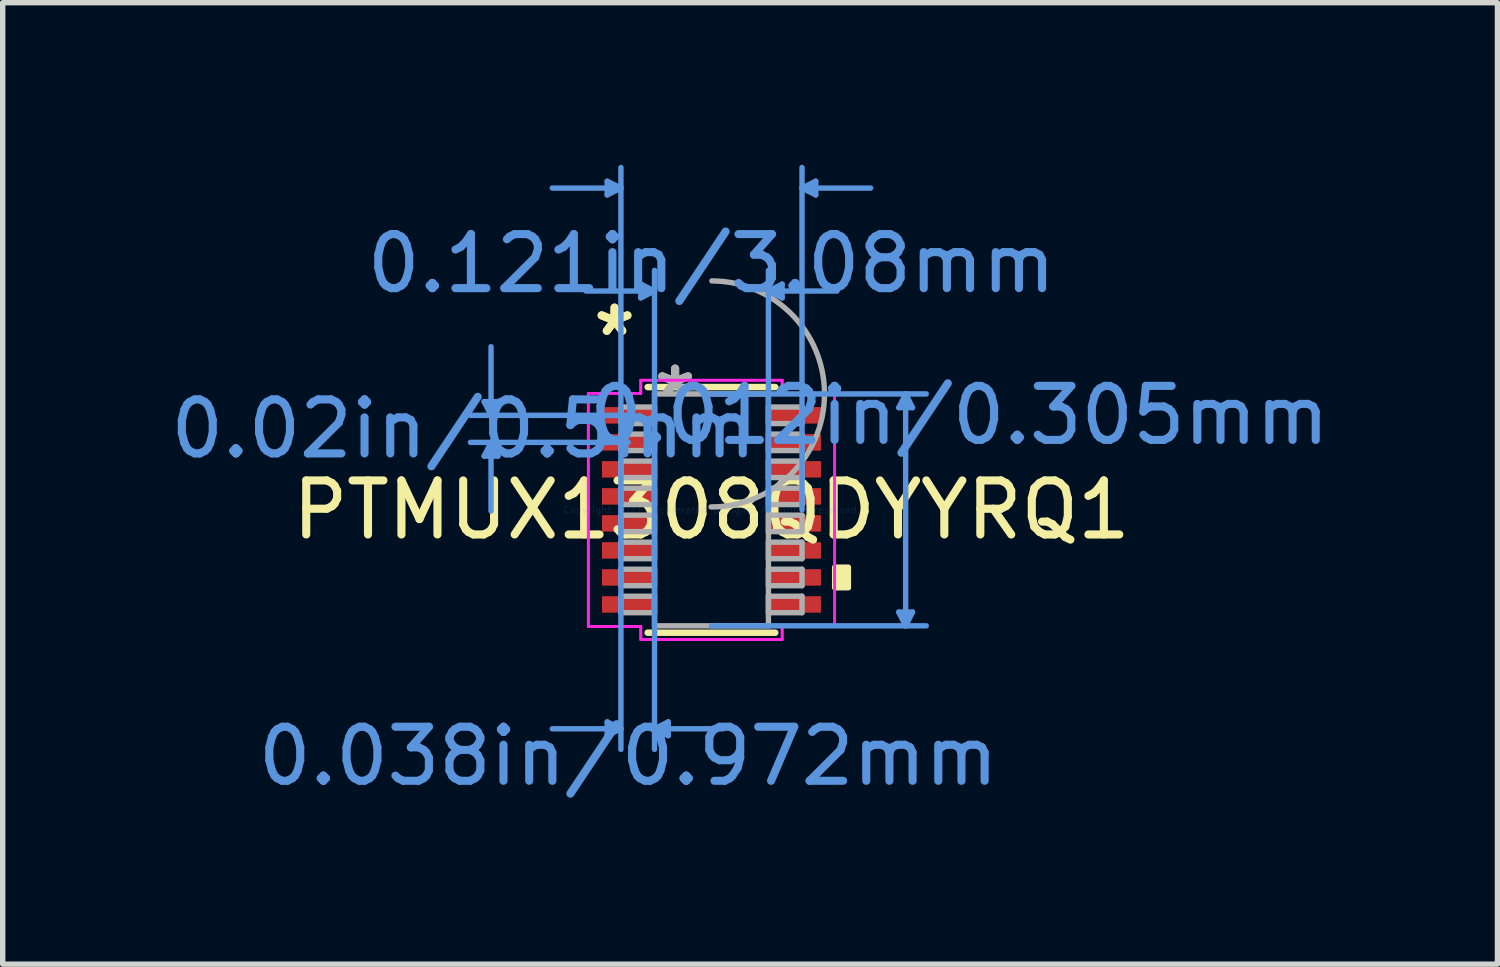
<source format=kicad_pcb>
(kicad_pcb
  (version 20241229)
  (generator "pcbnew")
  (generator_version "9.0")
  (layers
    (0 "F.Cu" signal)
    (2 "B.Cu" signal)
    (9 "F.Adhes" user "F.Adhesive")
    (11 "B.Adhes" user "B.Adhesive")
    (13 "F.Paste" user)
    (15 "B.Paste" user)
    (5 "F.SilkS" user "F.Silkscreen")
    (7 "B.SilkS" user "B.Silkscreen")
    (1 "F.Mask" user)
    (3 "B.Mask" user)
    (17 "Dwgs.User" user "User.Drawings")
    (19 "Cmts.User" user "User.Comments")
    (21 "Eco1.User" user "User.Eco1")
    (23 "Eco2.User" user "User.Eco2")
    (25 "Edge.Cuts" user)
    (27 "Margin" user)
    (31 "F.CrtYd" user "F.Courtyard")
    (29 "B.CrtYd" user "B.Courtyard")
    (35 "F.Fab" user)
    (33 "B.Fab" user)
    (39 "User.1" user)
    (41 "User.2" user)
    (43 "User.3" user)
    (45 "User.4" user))
  (footprint "PTMUX1308QDYYRQ1"
    (layer "F.Cu")
    (at 10.118 6.387)
    (property "Reference" "PTMUX1308QDYYRQ1" (at 0 0 0) (layer "F.SilkS") (effects (font (size 1 1) (thickness 0.15))))
    (attr through_hole)
    (fp_line (start -1.181 2.273) (end 1.181 2.273) (stroke (width 0.12) (type solid)) (layer "F.SilkS"))
    (fp_line (start 1.181 -2.273) (end -1.181 -2.273) (stroke (width 0.12) (type solid)) (layer "F.SilkS"))
    (fp_poly (pts (xy 2.534 1.06) (xy 2.534 1.441) (xy 2.28 1.441) (xy 2.28 1.06)) (stroke (width 0.1) (type solid)) (fill yes) (layer "F.SilkS"))
    (fp_line (start -4.207 -2.004) (end -3.953 -2.004) (stroke (width 0.1) (type solid)) (layer "Cmts.User"))
    (fp_line (start -4.207 -0.996) (end -3.953 -0.996) (stroke (width 0.1) (type solid)) (layer "Cmts.User"))
    (fp_line (start -4.08 -1.75) (end -4.207 -2.004) (stroke (width 0.1) (type solid)) (layer "Cmts.User"))
    (fp_line (start -4.08 -1.75) (end -4.08 -3.02) (stroke (width 0.1) (type solid)) (layer "Cmts.User"))
    (fp_line (start -4.08 -1.75) (end -3.953 -2.004) (stroke (width 0.1) (type solid)) (layer "Cmts.User"))
    (fp_line (start -4.08 -1.25) (end -4.207 -0.996) (stroke (width 0.1) (type solid)) (layer "Cmts.User"))
    (fp_line (start -4.08 -1.25) (end -4.08 0.02) (stroke (width 0.1) (type solid)) (layer "Cmts.User"))
    (fp_line (start -4.08 -1.25) (end -3.953 -0.996) (stroke (width 0.1) (type solid)) (layer "Cmts.User"))
    (fp_line (start -1.93 -6.083) (end -1.93 -5.829) (stroke (width 0.1) (type solid)) (layer "Cmts.User"))
    (fp_line (start -1.93 3.924) (end -1.93 4.178) (stroke (width 0.1) (type solid)) (layer "Cmts.User"))
    (fp_line (start -1.676 -5.956) (end -2.946 -5.956) (stroke (width 0.1) (type solid)) (layer "Cmts.User"))
    (fp_line (start -1.676 -5.956) (end -1.93 -6.083) (stroke (width 0.1) (type solid)) (layer "Cmts.User"))
    (fp_line (start -1.676 -5.956) (end -1.93 -5.829) (stroke (width 0.1) (type solid)) (layer "Cmts.User"))
    (fp_line (start -1.676 0) (end -1.676 -6.337) (stroke (width 0.1) (type solid)) (layer "Cmts.User"))
    (fp_line (start -1.676 0) (end -1.676 4.432) (stroke (width 0.1) (type solid)) (layer "Cmts.User"))
    (fp_line (start -1.676 4.051) (end -2.946 4.051) (stroke (width 0.1) (type solid)) (layer "Cmts.User"))
    (fp_line (start -1.676 4.051) (end -1.93 3.924) (stroke (width 0.1) (type solid)) (layer "Cmts.User"))
    (fp_line (start -1.676 4.051) (end -1.93 4.178) (stroke (width 0.1) (type solid)) (layer "Cmts.User"))
    (fp_line (start -1.54 -1.75) (end -4.461 -1.75) (stroke (width 0.1) (type solid)) (layer "Cmts.User"))
    (fp_line (start -1.54 -1.25) (end -4.461 -1.25) (stroke (width 0.1) (type solid)) (layer "Cmts.User"))
    (fp_line (start -1.308 -4.178) (end -1.308 -3.924) (stroke (width 0.1) (type solid)) (layer "Cmts.User"))
    (fp_line (start -1.054 -4.051) (end -2.324 -4.051) (stroke (width 0.1) (type solid)) (layer "Cmts.User"))
    (fp_line (start -1.054 -4.051) (end -1.308 -4.178) (stroke (width 0.1) (type solid)) (layer "Cmts.User"))
    (fp_line (start -1.054 -4.051) (end -1.308 -3.924) (stroke (width 0.1) (type solid)) (layer "Cmts.User"))
    (fp_line (start -1.054 0) (end -1.054 -4.432) (stroke (width 0.1) (type solid)) (layer "Cmts.User"))
    (fp_line (start -1.054 0) (end -1.054 4.432) (stroke (width 0.1) (type solid)) (layer "Cmts.User"))
    (fp_line (start -1.054 4.051) (end -0.8 3.924) (stroke (width 0.1) (type solid)) (layer "Cmts.User"))
    (fp_line (start -1.054 4.051) (end -0.8 4.178) (stroke (width 0.1) (type solid)) (layer "Cmts.User"))
    (fp_line (start -1.054 4.051) (end 0.216 4.051) (stroke (width 0.1) (type solid)) (layer "Cmts.User"))
    (fp_line (start -0.8 3.924) (end -0.8 4.178) (stroke (width 0.1) (type solid)) (layer "Cmts.User"))
    (fp_line (start 0 -2.146) (end 3.975 -2.146) (stroke (width 0.1) (type solid)) (layer "Cmts.User"))
    (fp_line (start 0 2.146) (end 3.975 2.146) (stroke (width 0.1) (type solid)) (layer "Cmts.User"))
    (fp_line (start 1.054 -4.051) (end 1.308 -4.178) (stroke (width 0.1) (type solid)) (layer "Cmts.User"))
    (fp_line (start 1.054 -4.051) (end 1.308 -3.924) (stroke (width 0.1) (type solid)) (layer "Cmts.User"))
    (fp_line (start 1.054 -4.051) (end 2.324 -4.051) (stroke (width 0.1) (type solid)) (layer "Cmts.User"))
    (fp_line (start 1.054 0) (end 1.054 -4.432) (stroke (width 0.1) (type solid)) (layer "Cmts.User"))
    (fp_line (start 1.308 -4.178) (end 1.308 -3.924) (stroke (width 0.1) (type solid)) (layer "Cmts.User"))
    (fp_line (start 1.676 -5.956) (end 1.93 -6.083) (stroke (width 0.1) (type solid)) (layer "Cmts.User"))
    (fp_line (start 1.676 -5.956) (end 1.93 -5.829) (stroke (width 0.1) (type solid)) (layer "Cmts.User"))
    (fp_line (start 1.676 -5.956) (end 2.946 -5.956) (stroke (width 0.1) (type solid)) (layer "Cmts.User"))
    (fp_line (start 1.676 0) (end 1.676 -6.337) (stroke (width 0.1) (type solid)) (layer "Cmts.User"))
    (fp_line (start 1.93 -6.083) (end 1.93 -5.829) (stroke (width 0.1) (type solid)) (layer "Cmts.User"))
    (fp_line (start 3.467 -1.892) (end 3.721 -1.892) (stroke (width 0.1) (type solid)) (layer "Cmts.User"))
    (fp_line (start 3.467 1.892) (end 3.721 1.892) (stroke (width 0.1) (type solid)) (layer "Cmts.User"))
    (fp_line (start 3.594 -2.146) (end 3.467 -1.892) (stroke (width 0.1) (type solid)) (layer "Cmts.User"))
    (fp_line (start 3.594 -2.146) (end 3.594 2.146) (stroke (width 0.1) (type solid)) (layer "Cmts.User"))
    (fp_line (start 3.594 -2.146) (end 3.721 -1.892) (stroke (width 0.1) (type solid)) (layer "Cmts.User"))
    (fp_line (start 3.594 2.146) (end 3.467 1.892) (stroke (width 0.1) (type solid)) (layer "Cmts.User"))
    (fp_line (start 3.594 2.146) (end 3.721 1.892) (stroke (width 0.1) (type solid)) (layer "Cmts.User"))
    (fp_line (start -2.28 -2.157) (end -1.308 -2.157) (stroke (width 0.05) (type solid)) (layer "F.CrtYd"))
    (fp_line (start -2.28 -2.157) (end -1.308 -2.157) (stroke (width 0.05) (type solid)) (layer "F.CrtYd"))
    (fp_line (start -2.28 2.157) (end -2.28 -2.157) (stroke (width 0.05) (type solid)) (layer "F.CrtYd"))
    (fp_line (start -2.28 2.157) (end -2.28 -2.157) (stroke (width 0.05) (type solid)) (layer "F.CrtYd"))
    (fp_line (start -2.28 2.157) (end -1.308 2.157) (stroke (width 0.05) (type solid)) (layer "F.CrtYd"))
    (fp_line (start -1.308 -2.4) (end 1.308 -2.4) (stroke (width 0.05) (type solid)) (layer "F.CrtYd"))
    (fp_line (start -1.308 -2.4) (end 1.308 -2.4) (stroke (width 0.05) (type solid)) (layer "F.CrtYd"))
    (fp_line (start -1.308 -2.157) (end -1.308 -2.4) (stroke (width 0.05) (type solid)) (layer "F.CrtYd"))
    (fp_line (start -1.308 -2.157) (end -1.308 -2.4) (stroke (width 0.05) (type solid)) (layer "F.CrtYd"))
    (fp_line (start -1.308 2.157) (end -2.28 2.157) (stroke (width 0.05) (type solid)) (layer "F.CrtYd"))
    (fp_line (start -1.308 2.4) (end -1.308 2.157) (stroke (width 0.05) (type solid)) (layer "F.CrtYd"))
    (fp_line (start -1.308 2.4) (end -1.308 2.157) (stroke (width 0.05) (type solid)) (layer "F.CrtYd"))
    (fp_line (start 1.308 -2.4) (end 1.308 -2.157) (stroke (width 0.05) (type solid)) (layer "F.CrtYd"))
    (fp_line (start 1.308 -2.4) (end 1.308 -2.157) (stroke (width 0.05) (type solid)) (layer "F.CrtYd"))
    (fp_line (start 1.308 -2.157) (end 2.28 -2.157) (stroke (width 0.05) (type solid)) (layer "F.CrtYd"))
    (fp_line (start 1.308 2.157) (end 1.308 2.4) (stroke (width 0.05) (type solid)) (layer "F.CrtYd"))
    (fp_line (start 1.308 2.157) (end 1.308 2.4) (stroke (width 0.05) (type solid)) (layer "F.CrtYd"))
    (fp_line (start 1.308 2.4) (end -1.308 2.4) (stroke (width 0.05) (type solid)) (layer "F.CrtYd"))
    (fp_line (start 1.308 2.4) (end -1.308 2.4) (stroke (width 0.05) (type solid)) (layer "F.CrtYd"))
    (fp_line (start 2.28 -2.157) (end 1.308 -2.157) (stroke (width 0.05) (type solid)) (layer "F.CrtYd"))
    (fp_line (start 2.28 -2.157) (end 2.28 2.157) (stroke (width 0.05) (type solid)) (layer "F.CrtYd"))
    (fp_line (start 2.28 -2.157) (end 2.28 2.157) (stroke (width 0.05) (type solid)) (layer "F.CrtYd"))
    (fp_line (start 2.28 2.157) (end 1.308 2.157) (stroke (width 0.05) (type solid)) (layer "F.CrtYd"))
    (fp_line (start 2.28 2.157) (end 1.308 2.157) (stroke (width 0.05) (type solid)) (layer "F.CrtYd"))
    (fp_line (start -1.676 -1.903) (end -1.676 -1.598) (stroke (width 0.1) (type solid)) (layer "F.Fab"))
    (fp_line (start -1.676 -1.598) (end -1.054 -1.598) (stroke (width 0.1) (type solid)) (layer "F.Fab"))
    (fp_line (start -1.676 -1.403) (end -1.676 -1.098) (stroke (width 0.1) (type solid)) (layer "F.Fab"))
    (fp_line (start -1.676 -1.098) (end -1.054 -1.098) (stroke (width 0.1) (type solid)) (layer "F.Fab"))
    (fp_line (start -1.676 -0.903) (end -1.676 -0.598) (stroke (width 0.1) (type solid)) (layer "F.Fab"))
    (fp_line (start -1.676 -0.598) (end -1.054 -0.598) (stroke (width 0.1) (type solid)) (layer "F.Fab"))
    (fp_line (start -1.676 -0.402) (end -1.676 -0.098) (stroke (width 0.1) (type solid)) (layer "F.Fab"))
    (fp_line (start -1.676 -0.098) (end -1.054 -0.098) (stroke (width 0.1) (type solid)) (layer "F.Fab"))
    (fp_line (start -1.676 0.098) (end -1.676 0.402) (stroke (width 0.1) (type solid)) (layer "F.Fab"))
    (fp_line (start -1.676 0.402) (end -1.054 0.402) (stroke (width 0.1) (type solid)) (layer "F.Fab"))
    (fp_line (start -1.676 0.598) (end -1.676 0.903) (stroke (width 0.1) (type solid)) (layer "F.Fab"))
    (fp_line (start -1.676 0.903) (end -1.054 0.903) (stroke (width 0.1) (type solid)) (layer "F.Fab"))
    (fp_line (start -1.676 1.098) (end -1.676 1.403) (stroke (width 0.1) (type solid)) (layer "F.Fab"))
    (fp_line (start -1.676 1.403) (end -1.054 1.403) (stroke (width 0.1) (type solid)) (layer "F.Fab"))
    (fp_line (start -1.676 1.598) (end -1.676 1.903) (stroke (width 0.1) (type solid)) (layer "F.Fab"))
    (fp_line (start -1.676 1.903) (end -1.054 1.903) (stroke (width 0.1) (type solid)) (layer "F.Fab"))
    (fp_line (start -1.054 -2.146) (end -1.054 2.146) (stroke (width 0.1) (type solid)) (layer "F.Fab"))
    (fp_line (start -1.054 -1.903) (end -1.676 -1.903) (stroke (width 0.1) (type solid)) (layer "F.Fab"))
    (fp_line (start -1.054 -1.598) (end -1.054 -1.903) (stroke (width 0.1) (type solid)) (layer "F.Fab"))
    (fp_line (start -1.054 -1.403) (end -1.676 -1.403) (stroke (width 0.1) (type solid)) (layer "F.Fab"))
    (fp_line (start -1.054 -1.098) (end -1.054 -1.403) (stroke (width 0.1) (type solid)) (layer "F.Fab"))
    (fp_line (start -1.054 -0.903) (end -1.676 -0.903) (stroke (width 0.1) (type solid)) (layer "F.Fab"))
    (fp_line (start -1.054 -0.598) (end -1.054 -0.903) (stroke (width 0.1) (type solid)) (layer "F.Fab"))
    (fp_line (start -1.054 -0.402) (end -1.676 -0.402) (stroke (width 0.1) (type solid)) (layer "F.Fab"))
    (fp_line (start -1.054 -0.098) (end -1.054 -0.402) (stroke (width 0.1) (type solid)) (layer "F.Fab"))
    (fp_line (start -1.054 0.098) (end -1.676 0.098) (stroke (width 0.1) (type solid)) (layer "F.Fab"))
    (fp_line (start -1.054 0.402) (end -1.054 0.098) (stroke (width 0.1) (type solid)) (layer "F.Fab"))
    (fp_line (start -1.054 0.598) (end -1.676 0.598) (stroke (width 0.1) (type solid)) (layer "F.Fab"))
    (fp_line (start -1.054 0.903) (end -1.054 0.598) (stroke (width 0.1) (type solid)) (layer "F.Fab"))
    (fp_line (start -1.054 1.098) (end -1.676 1.098) (stroke (width 0.1) (type solid)) (layer "F.Fab"))
    (fp_line (start -1.054 1.403) (end -1.054 1.098) (stroke (width 0.1) (type solid)) (layer "F.Fab"))
    (fp_line (start -1.054 1.598) (end -1.676 1.598) (stroke (width 0.1) (type solid)) (layer "F.Fab"))
    (fp_line (start -1.054 1.903) (end -1.054 1.598) (stroke (width 0.1) (type solid)) (layer "F.Fab"))
    (fp_line (start -1.054 2.146) (end 1.054 2.146) (stroke (width 0.1) (type solid)) (layer "F.Fab"))
    (fp_line (start 1.054 -2.146) (end -1.054 -2.146) (stroke (width 0.1) (type solid)) (layer "F.Fab"))
    (fp_line (start 1.054 -1.903) (end 1.054 -1.598) (stroke (width 0.1) (type solid)) (layer "F.Fab"))
    (fp_line (start 1.054 -1.598) (end 1.676 -1.598) (stroke (width 0.1) (type solid)) (layer "F.Fab"))
    (fp_line (start 1.054 -1.403) (end 1.054 -1.098) (stroke (width 0.1) (type solid)) (layer "F.Fab"))
    (fp_line (start 1.054 -1.098) (end 1.676 -1.098) (stroke (width 0.1) (type solid)) (layer "F.Fab"))
    (fp_line (start 1.054 -0.903) (end 1.054 -0.598) (stroke (width 0.1) (type solid)) (layer "F.Fab"))
    (fp_line (start 1.054 -0.598) (end 1.676 -0.598) (stroke (width 0.1) (type solid)) (layer "F.Fab"))
    (fp_line (start 1.054 -0.402) (end 1.054 -0.098) (stroke (width 0.1) (type solid)) (layer "F.Fab"))
    (fp_line (start 1.054 -0.098) (end 1.676 -0.098) (stroke (width 0.1) (type solid)) (layer "F.Fab"))
    (fp_line (start 1.054 0.098) (end 1.054 0.402) (stroke (width 0.1) (type solid)) (layer "F.Fab"))
    (fp_line (start 1.054 0.402) (end 1.676 0.402) (stroke (width 0.1) (type solid)) (layer "F.Fab"))
    (fp_line (start 1.054 0.598) (end 1.054 0.903) (stroke (width 0.1) (type solid)) (layer "F.Fab"))
    (fp_line (start 1.054 0.903) (end 1.676 0.903) (stroke (width 0.1) (type solid)) (layer "F.Fab"))
    (fp_line (start 1.054 1.098) (end 1.054 1.403) (stroke (width 0.1) (type solid)) (layer "F.Fab"))
    (fp_line (start 1.054 1.403) (end 1.676 1.403) (stroke (width 0.1) (type solid)) (layer "F.Fab"))
    (fp_line (start 1.054 1.598) (end 1.054 1.903) (stroke (width 0.1) (type solid)) (layer "F.Fab"))
    (fp_line (start 1.054 1.903) (end 1.676 1.903) (stroke (width 0.1) (type solid)) (layer "F.Fab"))
    (fp_line (start 1.054 2.146) (end 1.054 -2.146) (stroke (width 0.1) (type solid)) (layer "F.Fab"))
    (fp_line (start 1.676 -1.903) (end 1.054 -1.903) (stroke (width 0.1) (type solid)) (layer "F.Fab"))
    (fp_line (start 1.676 -1.598) (end 1.676 -1.903) (stroke (width 0.1) (type solid)) (layer "F.Fab"))
    (fp_line (start 1.676 -1.403) (end 1.054 -1.403) (stroke (width 0.1) (type solid)) (layer "F.Fab"))
    (fp_line (start 1.676 -1.098) (end 1.676 -1.403) (stroke (width 0.1) (type solid)) (layer "F.Fab"))
    (fp_line (start 1.676 -0.903) (end 1.054 -0.903) (stroke (width 0.1) (type solid)) (layer "F.Fab"))
    (fp_line (start 1.676 -0.598) (end 1.676 -0.903) (stroke (width 0.1) (type solid)) (layer "F.Fab"))
    (fp_line (start 1.676 -0.402) (end 1.054 -0.402) (stroke (width 0.1) (type solid)) (layer "F.Fab"))
    (fp_line (start 1.676 -0.098) (end 1.676 -0.402) (stroke (width 0.1) (type solid)) (layer "F.Fab"))
    (fp_line (start 1.676 0.098) (end 1.054 0.098) (stroke (width 0.1) (type solid)) (layer "F.Fab"))
    (fp_line (start 1.676 0.402) (end 1.676 0.098) (stroke (width 0.1) (type solid)) (layer "F.Fab"))
    (fp_line (start 1.676 0.598) (end 1.054 0.598) (stroke (width 0.1) (type solid)) (layer "F.Fab"))
    (fp_line (start 1.676 0.903) (end 1.676 0.598) (stroke (width 0.1) (type solid)) (layer "F.Fab"))
    (fp_line (start 1.676 1.098) (end 1.054 1.098) (stroke (width 0.1) (type solid)) (layer "F.Fab"))
    (fp_line (start 1.676 1.403) (end 1.676 1.098) (stroke (width 0.1) (type solid)) (layer "F.Fab"))
    (fp_line (start 1.676 1.598) (end 1.054 1.598) (stroke (width 0.1) (type solid)) (layer "F.Fab"))
    (fp_line (start 1.676 1.903) (end 1.676 1.598) (stroke (width 0.1) (type solid)) (layer "F.Fab"))
    (fp_arc (start 0.007742 -4.238084) (mid 2.091784 -2.138558) (end -0.007742 -0.054516) (stroke (width 0.1) (type solid)) (layer "F.Fab"))
    (fp_text user "*" (at -1.794 -3.198 0) (layer "F.SilkS") (effects (font (size 1 1) (thickness 0.15))))
    (fp_text user "*" (at -1.794 -3.198 0) (layer "F.SilkS") (effects (font (size 1 1) (thickness 0.15))))
    (fp_text user "0.038in/0.972mm" (at -1.54 4.559 0) (layer "Cmts.User") (effects (font (size 1 1) (thickness 0.15))))
    (fp_text user "0.121in/3.08mm" (at 0 -4.559 0) (layer "Cmts.User") (effects (font (size 1 1) (thickness 0.15))))
    (fp_text user "0.02in/0.5mm" (at -4.588 -1.5 0) (layer "Cmts.User") (effects (font (size 1 1) (thickness 0.15))))
    (fp_text user "Copyright 2021 Accelerated Designs. All rights reserved." (at 0 0 0) (layer "Cmts.User") (effects (font (size 0.127 0.127) (thickness 0.002))))
    (fp_text user "0.012in/0.305mm" (at 4.588 -1.75 0) (layer "Cmts.User") (effects (font (size 1 1) (thickness 0.15))))
    (fp_text user "*" (at -0.673 -2.07 0) (layer "F.Fab") (effects (font (size 1 1) (thickness 0.15))))
    (fp_text user "*" (at -0.673 -2.07 0) (layer "F.Fab") (effects (font (size 1 1) (thickness 0.15))))
    (pad "1" smd rect (at -1.54 -1.75) (size 0.972 0.305) (layers "F.Cu" "F.Mask" "F.Paste"))
    (pad "2" smd rect (at -1.54 -1.25) (size 0.972 0.305) (layers "F.Cu" "F.Mask" "F.Paste"))
    (pad "3" smd rect (at -1.54 -0.75) (size 0.972 0.305) (layers "F.Cu" "F.Mask" "F.Paste"))
    (pad "4" smd rect (at -1.54 -0.25) (size 0.972 0.305) (layers "F.Cu" "F.Mask" "F.Paste"))
    (pad "5" smd rect (at -1.54 0.25) (size 0.972 0.305) (layers "F.Cu" "F.Mask" "F.Paste"))
    (pad "6" smd rect (at -1.54 0.75) (size 0.972 0.305) (layers "F.Cu" "F.Mask" "F.Paste"))
    (pad "7" smd rect (at -1.54 1.25) (size 0.972 0.305) (layers "F.Cu" "F.Mask" "F.Paste"))
    (pad "8" smd rect (at -1.54 1.75) (size 0.972 0.305) (layers "F.Cu" "F.Mask" "F.Paste"))
    (pad "9" smd rect (at 1.54 1.75) (size 0.972 0.305) (layers "F.Cu" "F.Mask" "F.Paste"))
    (pad "10" smd rect (at 1.54 1.25) (size 0.972 0.305) (layers "F.Cu" "F.Mask" "F.Paste"))
    (pad "11" smd rect (at 1.54 0.75) (size 0.972 0.305) (layers "F.Cu" "F.Mask" "F.Paste"))
    (pad "12" smd rect (at 1.54 0.25) (size 0.972 0.305) (layers "F.Cu" "F.Mask" "F.Paste"))
    (pad "13" smd rect (at 1.54 -0.25) (size 0.972 0.305) (layers "F.Cu" "F.Mask" "F.Paste"))
    (pad "14" smd rect (at 1.54 -0.75) (size 0.972 0.305) (layers "F.Cu" "F.Mask" "F.Paste"))
    (pad "15" smd rect (at 1.54 -1.25) (size 0.972 0.305) (layers "F.Cu" "F.Mask" "F.Paste"))
    (pad "16" smd rect (at 1.54 -1.75) (size 0.972 0.305) (layers "F.Cu" "F.Mask" "F.Paste")))
  (gr_rect
    (start -3 -3)
    (end 24.665 14.795)
    (stroke (width 0.1) (type default))
    (fill no)
    (layer "Edge.Cuts")))
</source>
